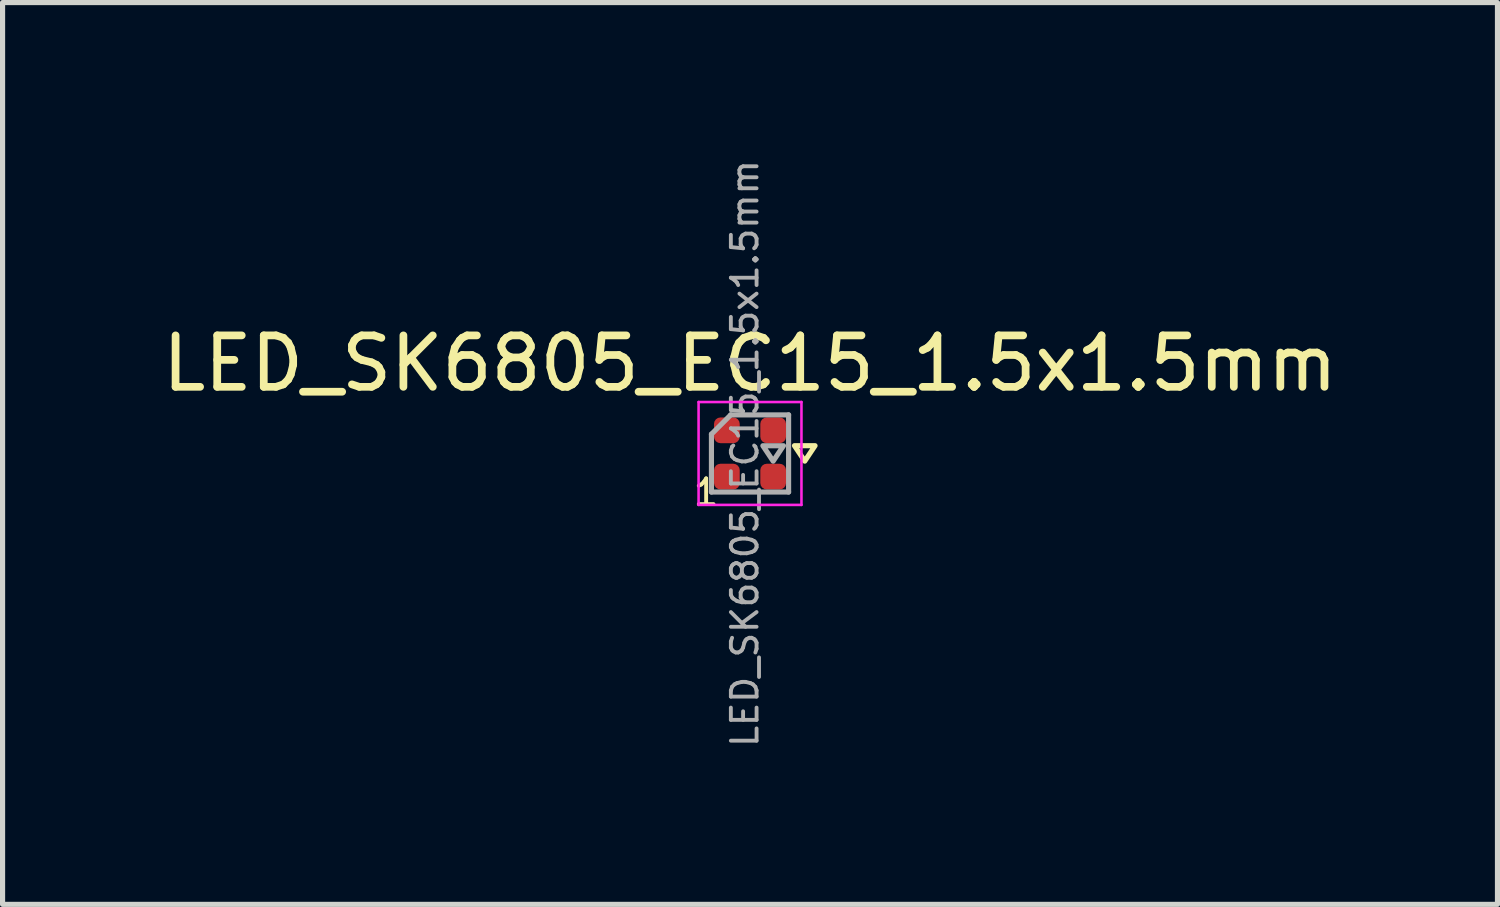
<source format=kicad_pcb>
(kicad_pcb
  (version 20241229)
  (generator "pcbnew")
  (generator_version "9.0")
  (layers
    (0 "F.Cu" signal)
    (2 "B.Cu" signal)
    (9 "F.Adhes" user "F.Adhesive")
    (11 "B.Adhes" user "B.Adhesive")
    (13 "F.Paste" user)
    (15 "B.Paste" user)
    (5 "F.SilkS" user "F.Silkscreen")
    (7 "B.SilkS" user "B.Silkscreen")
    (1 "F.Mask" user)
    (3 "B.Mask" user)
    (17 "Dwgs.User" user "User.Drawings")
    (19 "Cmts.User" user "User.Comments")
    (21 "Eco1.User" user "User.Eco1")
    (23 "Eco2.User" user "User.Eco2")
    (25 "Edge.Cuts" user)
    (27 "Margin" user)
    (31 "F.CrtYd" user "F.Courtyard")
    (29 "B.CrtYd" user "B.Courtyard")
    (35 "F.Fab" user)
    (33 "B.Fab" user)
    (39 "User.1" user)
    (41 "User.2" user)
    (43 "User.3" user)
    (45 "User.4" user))
  (footprint "LED_SK6805_EC15_1.5x1.5mm"
    (layer "F.Cu")
    (at 11.53 5.765)
    (property "Reference" "LED_SK6805_EC15_1.5x1.5mm" (at 0 -1.75 0) (layer "F.SilkS") (effects (font (size 1 1) (thickness 0.15))))
    (attr smd)
    (fp_poly (pts (xy 0.864 -0.151) (xy 1.064 0.149) (xy 1.264 -0.151)) (stroke (width 0.1) (type solid)) (fill no) (layer "F.SilkS"))
    (fp_line (start -1 -1) (end 1 -1) (stroke (width 0.05) (type solid)) (layer "F.CrtYd"))
    (fp_line (start -1 1) (end -1 -1) (stroke (width 0.05) (type solid)) (layer "F.CrtYd"))
    (fp_line (start 1 -1) (end 1 1) (stroke (width 0.05) (type solid)) (layer "F.CrtYd"))
    (fp_line (start 1 1) (end -1 1) (stroke (width 0.05) (type solid)) (layer "F.CrtYd"))
    (fp_line (start -0.75 -0.375) (end -0.375 -0.75) (stroke (width 0.1) (type solid)) (layer "F.Fab"))
    (fp_line (start -0.75 0.75) (end -0.75 -0.375) (stroke (width 0.1) (type solid)) (layer "F.Fab"))
    (fp_line (start -0.375 -0.75) (end 0.75 -0.75) (stroke (width 0.1) (type solid)) (layer "F.Fab"))
    (fp_line (start 0.75 -0.75) (end 0.75 0.75) (stroke (width 0.1) (type solid)) (layer "F.Fab"))
    (fp_line (start 0.75 0.75) (end -0.75 0.75) (stroke (width 0.1) (type solid)) (layer "F.Fab"))
    (fp_poly (pts (xy 0.25 -0.15) (xy 0.45 0.15) (xy 0.65 -0.15)) (stroke (width 0.1) (type solid)) (fill no) (layer "F.Fab"))
    (fp_text user "1" (at -0.853 0.757 180) (layer "F.SilkS") (effects (font (size 0.5 0.5) (thickness 0.075))))
    (fp_text user "${REFERENCE}" (at -0.1 0 90) (layer "F.Fab") (effects (font (size 0.5 0.5) (thickness 0.075))))
    (pad "1" smd roundrect (at -0.45 0.45 90) (size 0.5 0.5) (layers "F.Cu" "F.Mask" "F.Paste") (roundrect_rratio 0.25))
    (pad "2" smd roundrect (at 0.45 0.45 90) (size 0.5 0.5) (layers "F.Cu" "F.Mask" "F.Paste") (roundrect_rratio 0.25))
    (pad "3" smd roundrect (at 0.45 -0.45 90) (size 0.5 0.5) (layers "F.Cu" "F.Mask" "F.Paste") (roundrect_rratio 0.25))
    (pad "4" smd roundrect (at -0.45 -0.45 90) (size 0.5 0.5) (layers "F.Cu" "F.Mask" "F.Paste") (roundrect_rratio 0.25)))
  (gr_rect
    (start -3 -3)
    (end 26.06 14.53)
    (stroke (width 0.1) (type default))
    (fill no)
    (layer "Edge.Cuts")))
</source>
